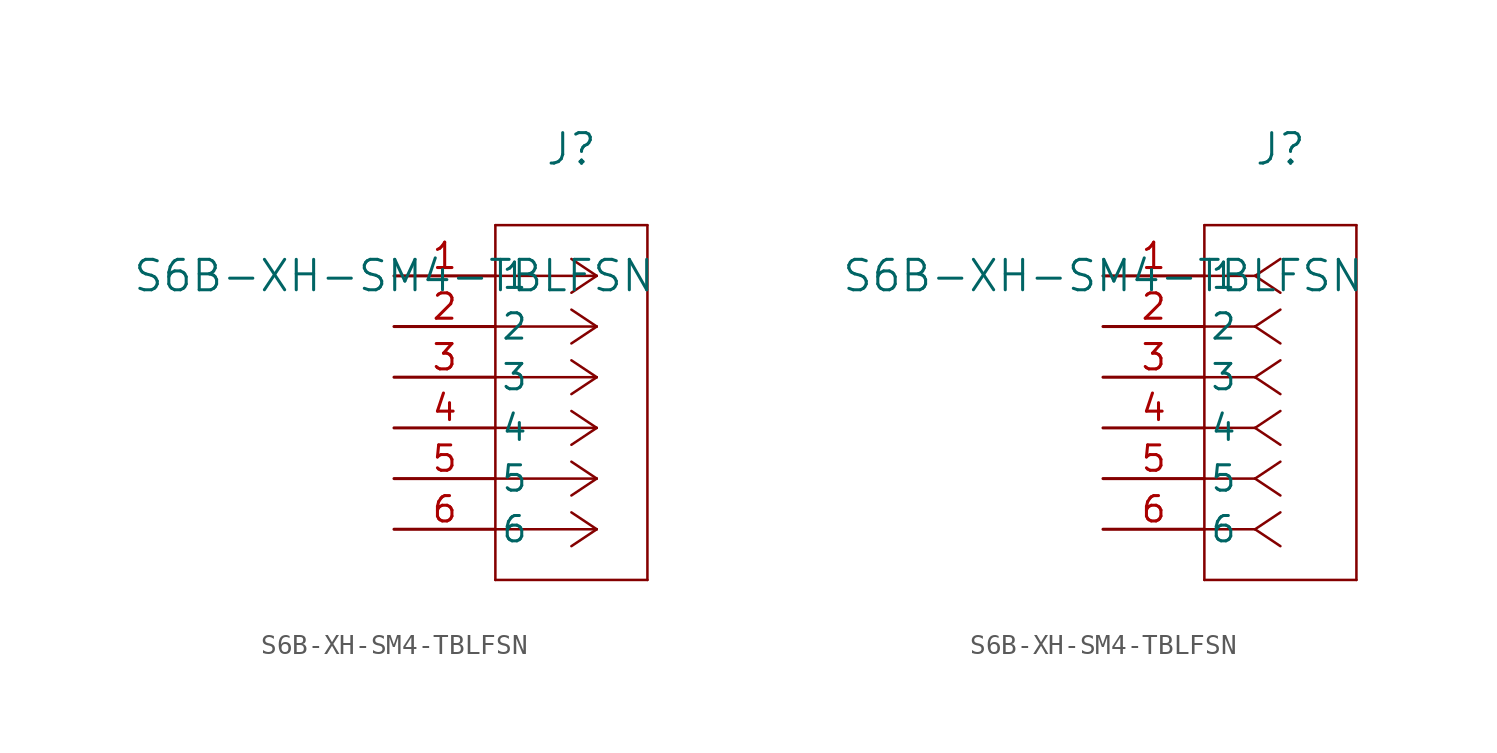
<source format=kicad_sym>
(kicad_symbol_lib
  (version 20211014)
  (generator kicad_symbol_editor)
  (symbol "S6B-XH-SM4-TBLFSN"
    (pin_names
      (offset 0.254))
    (property "Reference" "J"
      (at 8.89 6.35 0)
      (effects (font (size 1.524 1.524))))
    (property "Value" "S6B-XH-SM4-TBLFSN"
      (at 0 0 0)
      (effects (font (size 1.524 1.524))))
    (symbol "S6B-XH-SM4-TBLFSN_1_1"
      (polyline (pts (xy 10.16 0) (xy 5.08 0)) (stroke (width 0.127) (type default) (color 0 0 0 0)) (fill (type none)))
      (polyline (pts (xy 10.16 -2.54) (xy 5.08 -2.54)) (stroke (width 0.127) (type default) (color 0 0 0 0)) (fill (type none)))
      (polyline (pts (xy 10.16 -5.08) (xy 5.08 -5.08)) (stroke (width 0.127) (type default) (color 0 0 0 0)) (fill (type none)))
      (polyline (pts (xy 10.16 -7.62) (xy 5.08 -7.62)) (stroke (width 0.127) (type default) (color 0 0 0 0)) (fill (type none)))
      (polyline (pts (xy 10.16 -10.16) (xy 5.08 -10.16)) (stroke (width 0.127) (type default) (color 0 0 0 0)) (fill (type none)))
      (polyline (pts (xy 10.16 -12.7) (xy 5.08 -12.7)) (stroke (width 0.127) (type default) (color 0 0 0 0)) (fill (type none)))
      (polyline (pts (xy 10.16 0) (xy 8.89 0.847)) (stroke (width 0.127) (type default) (color 0 0 0 0)) (fill (type none)))
      (polyline (pts (xy 10.16 -2.54) (xy 8.89 -1.693)) (stroke (width 0.127) (type default) (color 0 0 0 0)) (fill (type none)))
      (polyline (pts (xy 10.16 -5.08) (xy 8.89 -4.233)) (stroke (width 0.127) (type default) (color 0 0 0 0)) (fill (type none)))
      (polyline (pts (xy 10.16 -7.62) (xy 8.89 -6.773)) (stroke (width 0.127) (type default) (color 0 0 0 0)) (fill (type none)))
      (polyline (pts (xy 10.16 -10.16) (xy 8.89 -9.313)) (stroke (width 0.127) (type default) (color 0 0 0 0)) (fill (type none)))
      (polyline (pts (xy 10.16 -12.7) (xy 8.89 -11.853)) (stroke (width 0.127) (type default) (color 0 0 0 0)) (fill (type none)))
      (polyline (pts (xy 10.16 0) (xy 8.89 -0.847)) (stroke (width 0.127) (type default) (color 0 0 0 0)) (fill (type none)))
      (polyline (pts (xy 10.16 -2.54) (xy 8.89 -3.387)) (stroke (width 0.127) (type default) (color 0 0 0 0)) (fill (type none)))
      (polyline (pts (xy 10.16 -5.08) (xy 8.89 -5.927)) (stroke (width 0.127) (type default) (color 0 0 0 0)) (fill (type none)))
      (polyline (pts (xy 10.16 -7.62) (xy 8.89 -8.467)) (stroke (width 0.127) (type default) (color 0 0 0 0)) (fill (type none)))
      (polyline (pts (xy 10.16 -10.16) (xy 8.89 -11.007)) (stroke (width 0.127) (type default) (color 0 0 0 0)) (fill (type none)))
      (polyline (pts (xy 10.16 -12.7) (xy 8.89 -13.547)) (stroke (width 0.127) (type default) (color 0 0 0 0)) (fill (type none)))
      (polyline (pts (xy 5.08 2.54) (xy 5.08 -15.24)) (stroke (width 0.127) (type default) (color 0 0 0 0)) (fill (type none)))
      (polyline (pts (xy 5.08 -15.24) (xy 12.7 -15.24)) (stroke (width 0.127) (type default) (color 0 0 0 0)) (fill (type none)))
      (polyline (pts (xy 12.7 -15.24) (xy 12.7 2.54)) (stroke (width 0.127) (type default) (color 0 0 0 0)) (fill (type none)))
      (polyline (pts (xy 12.7 2.54) (xy 5.08 2.54)) (stroke (width 0.127) (type default) (color 0 0 0 0)) (fill (type none)))
      (pin unspecified line (at 0 0 0) (length 5.08) (name "1" (effects (font (size 1.27 1.27)))) (number "1" (effects (font (size 1.27 1.27)))))
      (pin unspecified line (at 0 -2.54 0) (length 5.08) (name "2" (effects (font (size 1.27 1.27)))) (number "2" (effects (font (size 1.27 1.27)))))
      (pin unspecified line (at 0 -5.08 0) (length 5.08) (name "3" (effects (font (size 1.27 1.27)))) (number "3" (effects (font (size 1.27 1.27)))))
      (pin unspecified line (at 0 -7.62 0) (length 5.08) (name "4" (effects (font (size 1.27 1.27)))) (number "4" (effects (font (size 1.27 1.27)))))
      (pin unspecified line (at 0 -10.16 0) (length 5.08) (name "5" (effects (font (size 1.27 1.27)))) (number "5" (effects (font (size 1.27 1.27)))))
      (pin unspecified line (at 0 -12.7 0) (length 5.08) (name "6" (effects (font (size 1.27 1.27)))) (number "6" (effects (font (size 1.27 1.27))))))
    (symbol "S6B-XH-SM4-TBLFSN_1_2"
      (polyline (pts (xy 7.62 0) (xy 5.08 0)) (stroke (width 0.127) (type default) (color 0 0 0 0)) (fill (type none)))
      (polyline (pts (xy 7.62 -2.54) (xy 5.08 -2.54)) (stroke (width 0.127) (type default) (color 0 0 0 0)) (fill (type none)))
      (polyline (pts (xy 7.62 -5.08) (xy 5.08 -5.08)) (stroke (width 0.127) (type default) (color 0 0 0 0)) (fill (type none)))
      (polyline (pts (xy 7.62 -7.62) (xy 5.08 -7.62)) (stroke (width 0.127) (type default) (color 0 0 0 0)) (fill (type none)))
      (polyline (pts (xy 7.62 -10.16) (xy 5.08 -10.16)) (stroke (width 0.127) (type default) (color 0 0 0 0)) (fill (type none)))
      (polyline (pts (xy 7.62 -12.7) (xy 5.08 -12.7)) (stroke (width 0.127) (type default) (color 0 0 0 0)) (fill (type none)))
      (polyline (pts (xy 7.62 0) (xy 8.89 0.847)) (stroke (width 0.127) (type default) (color 0 0 0 0)) (fill (type none)))
      (polyline (pts (xy 7.62 -2.54) (xy 8.89 -1.693)) (stroke (width 0.127) (type default) (color 0 0 0 0)) (fill (type none)))
      (polyline (pts (xy 7.62 -5.08) (xy 8.89 -4.233)) (stroke (width 0.127) (type default) (color 0 0 0 0)) (fill (type none)))
      (polyline (pts (xy 7.62 -7.62) (xy 8.89 -6.773)) (stroke (width 0.127) (type default) (color 0 0 0 0)) (fill (type none)))
      (polyline (pts (xy 7.62 -10.16) (xy 8.89 -9.313)) (stroke (width 0.127) (type default) (color 0 0 0 0)) (fill (type none)))
      (polyline (pts (xy 7.62 -12.7) (xy 8.89 -11.853)) (stroke (width 0.127) (type default) (color 0 0 0 0)) (fill (type none)))
      (polyline (pts (xy 7.62 0) (xy 8.89 -0.847)) (stroke (width 0.127) (type default) (color 0 0 0 0)) (fill (type none)))
      (polyline (pts (xy 7.62 -2.54) (xy 8.89 -3.387)) (stroke (width 0.127) (type default) (color 0 0 0 0)) (fill (type none)))
      (polyline (pts (xy 7.62 -5.08) (xy 8.89 -5.927)) (stroke (width 0.127) (type default) (color 0 0 0 0)) (fill (type none)))
      (polyline (pts (xy 7.62 -7.62) (xy 8.89 -8.467)) (stroke (width 0.127) (type default) (color 0 0 0 0)) (fill (type none)))
      (polyline (pts (xy 7.62 -10.16) (xy 8.89 -11.007)) (stroke (width 0.127) (type default) (color 0 0 0 0)) (fill (type none)))
      (polyline (pts (xy 7.62 -12.7) (xy 8.89 -13.547)) (stroke (width 0.127) (type default) (color 0 0 0 0)) (fill (type none)))
      (polyline (pts (xy 5.08 2.54) (xy 5.08 -15.24)) (stroke (width 0.127) (type default) (color 0 0 0 0)) (fill (type none)))
      (polyline (pts (xy 5.08 -15.24) (xy 12.7 -15.24)) (stroke (width 0.127) (type default) (color 0 0 0 0)) (fill (type none)))
      (polyline (pts (xy 12.7 -15.24) (xy 12.7 2.54)) (stroke (width 0.127) (type default) (color 0 0 0 0)) (fill (type none)))
      (polyline (pts (xy 12.7 2.54) (xy 5.08 2.54)) (stroke (width 0.127) (type default) (color 0 0 0 0)) (fill (type none)))
      (pin unspecified line (at 0 0 0) (length 5.08) (name "1" (effects (font (size 1.27 1.27)))) (number "1" (effects (font (size 1.27 1.27)))))
      (pin unspecified line (at 0 -2.54 0) (length 5.08) (name "2" (effects (font (size 1.27 1.27)))) (number "2" (effects (font (size 1.27 1.27)))))
      (pin unspecified line (at 0 -5.08 0) (length 5.08) (name "3" (effects (font (size 1.27 1.27)))) (number "3" (effects (font (size 1.27 1.27)))))
      (pin unspecified line (at 0 -7.62 0) (length 5.08) (name "4" (effects (font (size 1.27 1.27)))) (number "4" (effects (font (size 1.27 1.27)))))
      (pin unspecified line (at 0 -10.16 0) (length 5.08) (name "5" (effects (font (size 1.27 1.27)))) (number "5" (effects (font (size 1.27 1.27)))))
      (pin unspecified line (at 0 -12.7 0) (length 5.08) (name "6" (effects (font (size 1.27 1.27)))) (number "6" (effects (font (size 1.27 1.27))))))))
</source>
